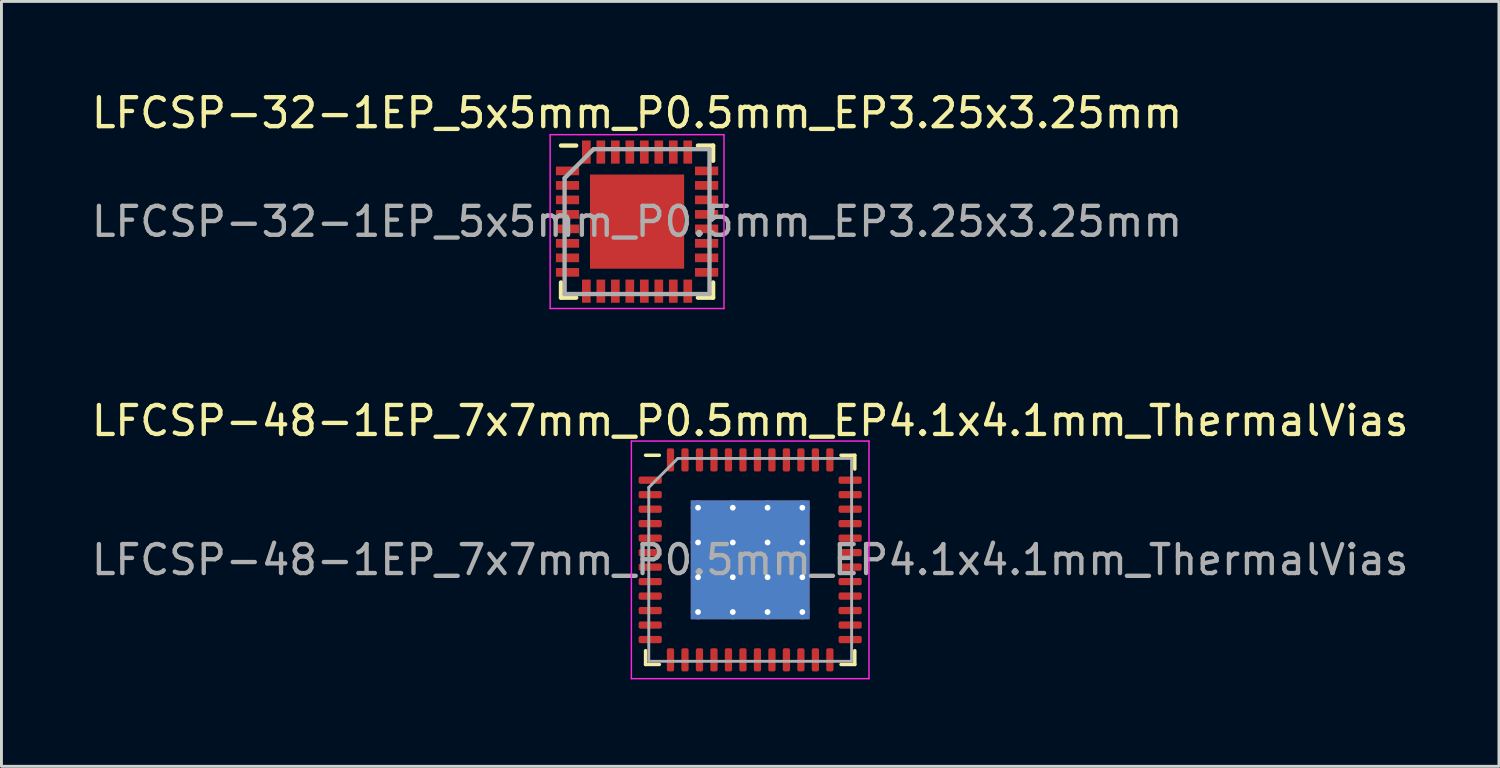
<source format=kicad_pcb>
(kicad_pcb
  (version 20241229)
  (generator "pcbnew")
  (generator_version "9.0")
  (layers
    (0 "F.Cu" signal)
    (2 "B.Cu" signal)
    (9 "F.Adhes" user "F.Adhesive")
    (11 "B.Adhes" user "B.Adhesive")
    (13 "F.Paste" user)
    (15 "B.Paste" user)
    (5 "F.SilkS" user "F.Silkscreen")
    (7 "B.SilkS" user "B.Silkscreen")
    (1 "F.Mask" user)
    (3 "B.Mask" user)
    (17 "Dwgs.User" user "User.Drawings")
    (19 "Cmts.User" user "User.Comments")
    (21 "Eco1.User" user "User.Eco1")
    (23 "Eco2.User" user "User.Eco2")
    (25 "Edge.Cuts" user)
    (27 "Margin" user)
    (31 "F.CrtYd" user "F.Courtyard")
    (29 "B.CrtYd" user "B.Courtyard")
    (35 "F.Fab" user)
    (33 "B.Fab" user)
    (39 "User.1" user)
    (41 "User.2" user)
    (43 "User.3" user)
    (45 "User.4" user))
  (footprint "LFCSP-48-1EP_7x7mm_P0.5mm_EP4.1x4.1mm_ThermalVias"
    (layer "F.Cu")
    (at 22.839 16.271)
    (property "Reference" "LFCSP-48-1EP_7x7mm_P0.5mm_EP4.1x4.1mm_ThermalVias" (at 0 -4.8 0) (layer "F.SilkS") (effects (font (size 1 1) (thickness 0.15))))
    (attr smd)
    (fp_line (start -3.61 3.61) (end -3.61 3.135) (stroke (width 0.12) (type solid)) (layer "F.SilkS"))
    (fp_line (start -3.135 -3.61) (end -3.61 -3.61) (stroke (width 0.12) (type solid)) (layer "F.SilkS"))
    (fp_line (start -3.135 3.61) (end -3.61 3.61) (stroke (width 0.12) (type solid)) (layer "F.SilkS"))
    (fp_line (start 3.135 -3.61) (end 3.61 -3.61) (stroke (width 0.12) (type solid)) (layer "F.SilkS"))
    (fp_line (start 3.135 3.61) (end 3.61 3.61) (stroke (width 0.12) (type solid)) (layer "F.SilkS"))
    (fp_line (start 3.61 -3.61) (end 3.61 -3.135) (stroke (width 0.12) (type solid)) (layer "F.SilkS"))
    (fp_line (start 3.61 3.61) (end 3.61 3.135) (stroke (width 0.12) (type solid)) (layer "F.SilkS"))
    (fp_line (start -4.1 -4.1) (end -4.1 4.1) (stroke (width 0.05) (type solid)) (layer "F.CrtYd"))
    (fp_line (start -4.1 4.1) (end 4.1 4.1) (stroke (width 0.05) (type solid)) (layer "F.CrtYd"))
    (fp_line (start 4.1 -4.1) (end -4.1 -4.1) (stroke (width 0.05) (type solid)) (layer "F.CrtYd"))
    (fp_line (start 4.1 4.1) (end 4.1 -4.1) (stroke (width 0.05) (type solid)) (layer "F.CrtYd"))
    (fp_line (start -3.5 -2.5) (end -2.5 -3.5) (stroke (width 0.1) (type solid)) (layer "F.Fab"))
    (fp_line (start -3.5 3.5) (end -3.5 -2.5) (stroke (width 0.1) (type solid)) (layer "F.Fab"))
    (fp_line (start -2.5 -3.5) (end 3.5 -3.5) (stroke (width 0.1) (type solid)) (layer "F.Fab"))
    (fp_line (start 3.5 -3.5) (end 3.5 3.5) (stroke (width 0.1) (type solid)) (layer "F.Fab"))
    (fp_line (start 3.5 3.5) (end -3.5 3.5) (stroke (width 0.1) (type solid)) (layer "F.Fab"))
    (fp_text user "${REFERENCE}" (at 0 0 0) (layer "F.Fab") (effects (font (size 1 1) (thickness 0.15))))
    (pad "" smd roundrect (at -1.37 -1.37) (size 1.14 1.14) (layers "F.Paste") (roundrect_rratio 0.219))
    (pad "" smd roundrect (at -1.37 0) (size 1.14 1.14) (layers "F.Paste") (roundrect_rratio 0.219))
    (pad "" smd roundrect (at -1.37 1.37) (size 1.14 1.14) (layers "F.Paste") (roundrect_rratio 0.219))
    (pad "" smd roundrect (at 0 -1.37) (size 1.14 1.14) (layers "F.Paste") (roundrect_rratio 0.219))
    (pad "" smd roundrect (at 0 0) (size 1.14 1.14) (layers "F.Paste") (roundrect_rratio 0.219))
    (pad "" smd roundrect (at 0 1.37) (size 1.14 1.14) (layers "F.Paste") (roundrect_rratio 0.219))
    (pad "" smd roundrect (at 1.37 -1.37) (size 1.14 1.14) (layers "F.Paste") (roundrect_rratio 0.219))
    (pad "" smd roundrect (at 1.37 0) (size 1.14 1.14) (layers "F.Paste") (roundrect_rratio 0.219))
    (pad "" smd roundrect (at 1.37 1.37) (size 1.14 1.14) (layers "F.Paste") (roundrect_rratio 0.219))
    (pad "1" smd roundrect (at -3.45 -2.75) (size 0.8 0.25) (layers "F.Cu" "F.Mask" "F.Paste") (roundrect_rratio 0.25))
    (pad "2" smd roundrect (at -3.45 -2.25) (size 0.8 0.25) (layers "F.Cu" "F.Mask" "F.Paste") (roundrect_rratio 0.25))
    (pad "3" smd roundrect (at -3.45 -1.75) (size 0.8 0.25) (layers "F.Cu" "F.Mask" "F.Paste") (roundrect_rratio 0.25))
    (pad "4" smd roundrect (at -3.45 -1.25) (size 0.8 0.25) (layers "F.Cu" "F.Mask" "F.Paste") (roundrect_rratio 0.25))
    (pad "5" smd roundrect (at -3.45 -0.75) (size 0.8 0.25) (layers "F.Cu" "F.Mask" "F.Paste") (roundrect_rratio 0.25))
    (pad "6" smd roundrect (at -3.45 -0.25) (size 0.8 0.25) (layers "F.Cu" "F.Mask" "F.Paste") (roundrect_rratio 0.25))
    (pad "7" smd roundrect (at -3.45 0.25) (size 0.8 0.25) (layers "F.Cu" "F.Mask" "F.Paste") (roundrect_rratio 0.25))
    (pad "8" smd roundrect (at -3.45 0.75) (size 0.8 0.25) (layers "F.Cu" "F.Mask" "F.Paste") (roundrect_rratio 0.25))
    (pad "9" smd roundrect (at -3.45 1.25) (size 0.8 0.25) (layers "F.Cu" "F.Mask" "F.Paste") (roundrect_rratio 0.25))
    (pad "10" smd roundrect (at -3.45 1.75) (size 0.8 0.25) (layers "F.Cu" "F.Mask" "F.Paste") (roundrect_rratio 0.25))
    (pad "11" smd roundrect (at -3.45 2.25) (size 0.8 0.25) (layers "F.Cu" "F.Mask" "F.Paste") (roundrect_rratio 0.25))
    (pad "12" smd roundrect (at -3.45 2.75) (size 0.8 0.25) (layers "F.Cu" "F.Mask" "F.Paste") (roundrect_rratio 0.25))
    (pad "13" smd roundrect (at -2.75 3.45) (size 0.25 0.8) (layers "F.Cu" "F.Mask" "F.Paste") (roundrect_rratio 0.25))
    (pad "14" smd roundrect (at -2.25 3.45) (size 0.25 0.8) (layers "F.Cu" "F.Mask" "F.Paste") (roundrect_rratio 0.25))
    (pad "15" smd roundrect (at -1.75 3.45) (size 0.25 0.8) (layers "F.Cu" "F.Mask" "F.Paste") (roundrect_rratio 0.25))
    (pad "16" smd roundrect (at -1.25 3.45) (size 0.25 0.8) (layers "F.Cu" "F.Mask" "F.Paste") (roundrect_rratio 0.25))
    (pad "17" smd roundrect (at -0.75 3.45) (size 0.25 0.8) (layers "F.Cu" "F.Mask" "F.Paste") (roundrect_rratio 0.25))
    (pad "18" smd roundrect (at -0.25 3.45) (size 0.25 0.8) (layers "F.Cu" "F.Mask" "F.Paste") (roundrect_rratio 0.25))
    (pad "19" smd roundrect (at 0.25 3.45) (size 0.25 0.8) (layers "F.Cu" "F.Mask" "F.Paste") (roundrect_rratio 0.25))
    (pad "20" smd roundrect (at 0.75 3.45) (size 0.25 0.8) (layers "F.Cu" "F.Mask" "F.Paste") (roundrect_rratio 0.25))
    (pad "21" smd roundrect (at 1.25 3.45) (size 0.25 0.8) (layers "F.Cu" "F.Mask" "F.Paste") (roundrect_rratio 0.25))
    (pad "22" smd roundrect (at 1.75 3.45) (size 0.25 0.8) (layers "F.Cu" "F.Mask" "F.Paste") (roundrect_rratio 0.25))
    (pad "23" smd roundrect (at 2.25 3.45) (size 0.25 0.8) (layers "F.Cu" "F.Mask" "F.Paste") (roundrect_rratio 0.25))
    (pad "24" smd roundrect (at 2.75 3.45) (size 0.25 0.8) (layers "F.Cu" "F.Mask" "F.Paste") (roundrect_rratio 0.25))
    (pad "25" smd roundrect (at 3.45 2.75) (size 0.8 0.25) (layers "F.Cu" "F.Mask" "F.Paste") (roundrect_rratio 0.25))
    (pad "26" smd roundrect (at 3.45 2.25) (size 0.8 0.25) (layers "F.Cu" "F.Mask" "F.Paste") (roundrect_rratio 0.25))
    (pad "27" smd roundrect (at 3.45 1.75) (size 0.8 0.25) (layers "F.Cu" "F.Mask" "F.Paste") (roundrect_rratio 0.25))
    (pad "28" smd roundrect (at 3.45 1.25) (size 0.8 0.25) (layers "F.Cu" "F.Mask" "F.Paste") (roundrect_rratio 0.25))
    (pad "29" smd roundrect (at 3.45 0.75) (size 0.8 0.25) (layers "F.Cu" "F.Mask" "F.Paste") (roundrect_rratio 0.25))
    (pad "30" smd roundrect (at 3.45 0.25) (size 0.8 0.25) (layers "F.Cu" "F.Mask" "F.Paste") (roundrect_rratio 0.25))
    (pad "31" smd roundrect (at 3.45 -0.25) (size 0.8 0.25) (layers "F.Cu" "F.Mask" "F.Paste") (roundrect_rratio 0.25))
    (pad "32" smd roundrect (at 3.45 -0.75) (size 0.8 0.25) (layers "F.Cu" "F.Mask" "F.Paste") (roundrect_rratio 0.25))
    (pad "33" smd roundrect (at 3.45 -1.25) (size 0.8 0.25) (layers "F.Cu" "F.Mask" "F.Paste") (roundrect_rratio 0.25))
    (pad "34" smd roundrect (at 3.45 -1.75) (size 0.8 0.25) (layers "F.Cu" "F.Mask" "F.Paste") (roundrect_rratio 0.25))
    (pad "35" smd roundrect (at 3.45 -2.25) (size 0.8 0.25) (layers "F.Cu" "F.Mask" "F.Paste") (roundrect_rratio 0.25))
    (pad "36" smd roundrect (at 3.45 -2.75) (size 0.8 0.25) (layers "F.Cu" "F.Mask" "F.Paste") (roundrect_rratio 0.25))
    (pad "37" smd roundrect (at 2.75 -3.45) (size 0.25 0.8) (layers "F.Cu" "F.Mask" "F.Paste") (roundrect_rratio 0.25))
    (pad "38" smd roundrect (at 2.25 -3.45) (size 0.25 0.8) (layers "F.Cu" "F.Mask" "F.Paste") (roundrect_rratio 0.25))
    (pad "39" smd roundrect (at 1.75 -3.45) (size 0.25 0.8) (layers "F.Cu" "F.Mask" "F.Paste") (roundrect_rratio 0.25))
    (pad "40" smd roundrect (at 1.25 -3.45) (size 0.25 0.8) (layers "F.Cu" "F.Mask" "F.Paste") (roundrect_rratio 0.25))
    (pad "41" smd roundrect (at 0.75 -3.45) (size 0.25 0.8) (layers "F.Cu" "F.Mask" "F.Paste") (roundrect_rratio 0.25))
    (pad "42" smd roundrect (at 0.25 -3.45) (size 0.25 0.8) (layers "F.Cu" "F.Mask" "F.Paste") (roundrect_rratio 0.25))
    (pad "43" smd roundrect (at -0.25 -3.45) (size 0.25 0.8) (layers "F.Cu" "F.Mask" "F.Paste") (roundrect_rratio 0.25))
    (pad "44" smd roundrect (at -0.75 -3.45) (size 0.25 0.8) (layers "F.Cu" "F.Mask" "F.Paste") (roundrect_rratio 0.25))
    (pad "45" smd roundrect (at -1.25 -3.45) (size 0.25 0.8) (layers "F.Cu" "F.Mask" "F.Paste") (roundrect_rratio 0.25))
    (pad "46" smd roundrect (at -1.75 -3.45) (size 0.25 0.8) (layers "F.Cu" "F.Mask" "F.Paste") (roundrect_rratio 0.25))
    (pad "47" smd roundrect (at -2.25 -3.45) (size 0.25 0.8) (layers "F.Cu" "F.Mask" "F.Paste") (roundrect_rratio 0.25))
    (pad "48" smd roundrect (at -2.75 -3.45) (size 0.25 0.8) (layers "F.Cu" "F.Mask" "F.Paste") (roundrect_rratio 0.25))
    (pad "49" thru_hole circle (at -1.8 -1.8) (size 0.5 0.5) (drill 0.2) (layers "*.Cu"))
    (pad "49" thru_hole circle (at -1.8 -0.6) (size 0.5 0.5) (drill 0.2) (layers "*.Cu"))
    (pad "49" thru_hole circle (at -1.8 0.6) (size 0.5 0.5) (drill 0.2) (layers "*.Cu"))
    (pad "49" thru_hole circle (at -1.8 1.8) (size 0.5 0.5) (drill 0.2) (layers "*.Cu"))
    (pad "49" thru_hole circle (at -0.6 -1.8) (size 0.5 0.5) (drill 0.2) (layers "*.Cu"))
    (pad "49" thru_hole circle (at -0.6 -0.6) (size 0.5 0.5) (drill 0.2) (layers "*.Cu"))
    (pad "49" thru_hole circle (at -0.6 0.6) (size 0.5 0.5) (drill 0.2) (layers "*.Cu"))
    (pad "49" thru_hole circle (at -0.6 1.8) (size 0.5 0.5) (drill 0.2) (layers "*.Cu"))
    (pad "49" smd rect (at 0 0) (size 4.1 4.1) (layers "F.Cu" "F.Mask"))
    (pad "49" smd rect (at 0 0) (size 4.1 4.1) (layers "B.Cu"))
    (pad "49" thru_hole circle (at 0.6 -1.8) (size 0.5 0.5) (drill 0.2) (layers "*.Cu"))
    (pad "49" thru_hole circle (at 0.6 -0.6) (size 0.5 0.5) (drill 0.2) (layers "*.Cu"))
    (pad "49" thru_hole circle (at 0.6 0.6) (size 0.5 0.5) (drill 0.2) (layers "*.Cu"))
    (pad "49" thru_hole circle (at 0.6 1.8) (size 0.5 0.5) (drill 0.2) (layers "*.Cu"))
    (pad "49" thru_hole circle (at 1.8 -1.8) (size 0.5 0.5) (drill 0.2) (layers "*.Cu"))
    (pad "49" thru_hole circle (at 1.8 -0.6) (size 0.5 0.5) (drill 0.2) (layers "*.Cu"))
    (pad "49" thru_hole circle (at 1.8 0.6) (size 0.5 0.5) (drill 0.2) (layers "*.Cu"))
    (pad "49" thru_hole circle (at 1.8 1.8) (size 0.5 0.5) (drill 0.2) (layers "*.Cu")))
  (footprint "LFCSP-32-1EP_5x5mm_P0.5mm_EP3.25x3.25mm"
    (layer "F.Cu")
    (at 18.935 4.598)
    (property "Reference" "LFCSP-32-1EP_5x5mm_P0.5mm_EP3.25x3.25mm" (at 0 -3.75 0) (layer "F.SilkS") (effects (font (size 1 1) (thickness 0.15))))
    (attr smd)
    (fp_line (start -2.625 -2.625) (end -2.1 -2.625) (stroke (width 0.15) (type solid)) (layer "F.SilkS"))
    (fp_line (start -2.625 2.625) (end -2.625 2.1) (stroke (width 0.15) (type solid)) (layer "F.SilkS"))
    (fp_line (start -2.625 2.625) (end -2.1 2.625) (stroke (width 0.15) (type solid)) (layer "F.SilkS"))
    (fp_line (start 2.625 -2.625) (end 2.1 -2.625) (stroke (width 0.15) (type solid)) (layer "F.SilkS"))
    (fp_line (start 2.625 -2.625) (end 2.625 -2.1) (stroke (width 0.15) (type solid)) (layer "F.SilkS"))
    (fp_line (start 2.625 2.625) (end 2.1 2.625) (stroke (width 0.15) (type solid)) (layer "F.SilkS"))
    (fp_line (start 2.625 2.625) (end 2.625 2.1) (stroke (width 0.15) (type solid)) (layer "F.SilkS"))
    (fp_line (start -3 -3) (end -3 3) (stroke (width 0.05) (type solid)) (layer "F.CrtYd"))
    (fp_line (start -3 -3) (end 3 -3) (stroke (width 0.05) (type solid)) (layer "F.CrtYd"))
    (fp_line (start -3 3) (end 3 3) (stroke (width 0.05) (type solid)) (layer "F.CrtYd"))
    (fp_line (start 3 -3) (end 3 3) (stroke (width 0.05) (type solid)) (layer "F.CrtYd"))
    (fp_line (start -2.5 -1.5) (end -1.5 -2.5) (stroke (width 0.15) (type solid)) (layer "F.Fab"))
    (fp_line (start -2.5 2.5) (end -2.5 -1.5) (stroke (width 0.15) (type solid)) (layer "F.Fab"))
    (fp_line (start -1.5 -2.5) (end 2.5 -2.5) (stroke (width 0.15) (type solid)) (layer "F.Fab"))
    (fp_line (start 2.5 -2.5) (end 2.5 2.5) (stroke (width 0.15) (type solid)) (layer "F.Fab"))
    (fp_line (start 2.5 2.5) (end -2.5 2.5) (stroke (width 0.15) (type solid)) (layer "F.Fab"))
    (fp_text user "${REFERENCE}" (at 0 0 0) (layer "F.Fab") (effects (font (size 1 1) (thickness 0.15))))
    (pad "" smd rect (at -0.8 -0.8) (size 1.3 1.3) (layers "F.Paste"))
    (pad "" smd rect (at -0.8 0.8) (size 1.3 1.3) (layers "F.Paste"))
    (pad "" smd rect (at 0.8 -0.8) (size 1.3 1.3) (layers "F.Paste"))
    (pad "" smd rect (at 0.8 0.8) (size 1.3 1.3) (layers "F.Paste"))
    (pad "1" smd rect (at -2.4 -1.75) (size 0.8 0.3) (layers "F.Cu" "F.Mask" "F.Paste"))
    (pad "2" smd rect (at -2.4 -1.25) (size 0.8 0.3) (layers "F.Cu" "F.Mask" "F.Paste"))
    (pad "3" smd rect (at -2.4 -0.75) (size 0.8 0.3) (layers "F.Cu" "F.Mask" "F.Paste"))
    (pad "4" smd rect (at -2.4 -0.25) (size 0.8 0.3) (layers "F.Cu" "F.Mask" "F.Paste"))
    (pad "5" smd rect (at -2.4 0.25) (size 0.8 0.3) (layers "F.Cu" "F.Mask" "F.Paste"))
    (pad "6" smd rect (at -2.4 0.75) (size 0.8 0.3) (layers "F.Cu" "F.Mask" "F.Paste"))
    (pad "7" smd rect (at -2.4 1.25) (size 0.8 0.3) (layers "F.Cu" "F.Mask" "F.Paste"))
    (pad "8" smd rect (at -2.4 1.75) (size 0.8 0.3) (layers "F.Cu" "F.Mask" "F.Paste"))
    (pad "9" smd rect (at -1.75 2.4 90) (size 0.8 0.3) (layers "F.Cu" "F.Mask" "F.Paste"))
    (pad "10" smd rect (at -1.25 2.4 90) (size 0.8 0.3) (layers "F.Cu" "F.Mask" "F.Paste"))
    (pad "11" smd rect (at -0.75 2.4 90) (size 0.8 0.3) (layers "F.Cu" "F.Mask" "F.Paste"))
    (pad "12" smd rect (at -0.25 2.4 90) (size 0.8 0.3) (layers "F.Cu" "F.Mask" "F.Paste"))
    (pad "13" smd rect (at 0.25 2.4 90) (size 0.8 0.3) (layers "F.Cu" "F.Mask" "F.Paste"))
    (pad "14" smd rect (at 0.75 2.4 90) (size 0.8 0.3) (layers "F.Cu" "F.Mask" "F.Paste"))
    (pad "15" smd rect (at 1.25 2.4 90) (size 0.8 0.3) (layers "F.Cu" "F.Mask" "F.Paste"))
    (pad "16" smd rect (at 1.75 2.4 90) (size 0.8 0.3) (layers "F.Cu" "F.Mask" "F.Paste"))
    (pad "17" smd rect (at 2.4 1.75) (size 0.8 0.3) (layers "F.Cu" "F.Mask" "F.Paste"))
    (pad "18" smd rect (at 2.4 1.25) (size 0.8 0.3) (layers "F.Cu" "F.Mask" "F.Paste"))
    (pad "19" smd rect (at 2.4 0.75) (size 0.8 0.3) (layers "F.Cu" "F.Mask" "F.Paste"))
    (pad "20" smd rect (at 2.4 0.25) (size 0.8 0.3) (layers "F.Cu" "F.Mask" "F.Paste"))
    (pad "21" smd rect (at 2.4 -0.25) (size 0.8 0.3) (layers "F.Cu" "F.Mask" "F.Paste"))
    (pad "22" smd rect (at 2.4 -0.75) (size 0.8 0.3) (layers "F.Cu" "F.Mask" "F.Paste"))
    (pad "23" smd rect (at 2.4 -1.25) (size 0.8 0.3) (layers "F.Cu" "F.Mask" "F.Paste"))
    (pad "24" smd rect (at 2.4 -1.75) (size 0.8 0.3) (layers "F.Cu" "F.Mask" "F.Paste"))
    (pad "25" smd rect (at 1.75 -2.4 90) (size 0.8 0.3) (layers "F.Cu" "F.Mask" "F.Paste"))
    (pad "26" smd rect (at 1.25 -2.4 90) (size 0.8 0.3) (layers "F.Cu" "F.Mask" "F.Paste"))
    (pad "27" smd rect (at 0.75 -2.4 90) (size 0.8 0.3) (layers "F.Cu" "F.Mask" "F.Paste"))
    (pad "28" smd rect (at 0.25 -2.4 90) (size 0.8 0.3) (layers "F.Cu" "F.Mask" "F.Paste"))
    (pad "29" smd rect (at -0.25 -2.4 90) (size 0.8 0.3) (layers "F.Cu" "F.Mask" "F.Paste"))
    (pad "30" smd rect (at -0.75 -2.4 90) (size 0.8 0.3) (layers "F.Cu" "F.Mask" "F.Paste"))
    (pad "31" smd rect (at -1.25 -2.4 90) (size 0.8 0.3) (layers "F.Cu" "F.Mask" "F.Paste"))
    (pad "32" smd rect (at -1.75 -2.4 90) (size 0.8 0.3) (layers "F.Cu" "F.Mask" "F.Paste"))
    (pad "33" smd rect (at 0 0) (size 3.25 3.25) (layers "F.Cu" "F.Mask")))
  (gr_rect
    (start -3 -3)
    (end 48.679 23.396)
    (stroke (width 0.1) (type default))
    (fill no)
    (layer "Edge.Cuts")))
</source>
